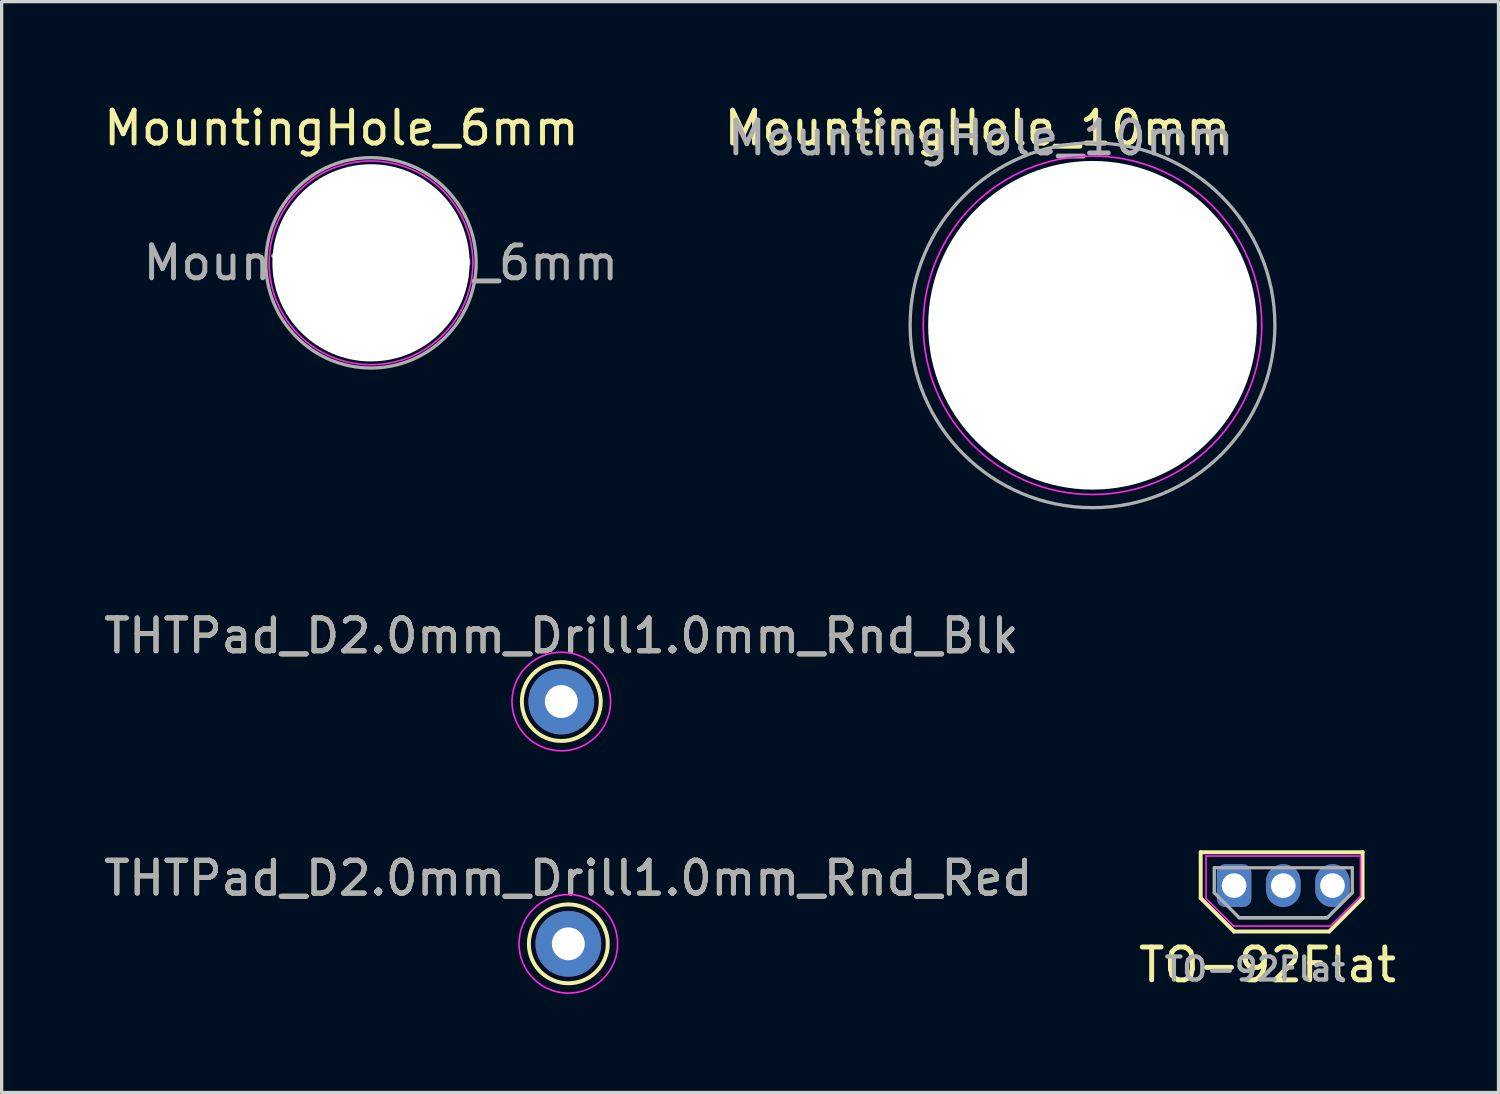
<source format=kicad_pcb>
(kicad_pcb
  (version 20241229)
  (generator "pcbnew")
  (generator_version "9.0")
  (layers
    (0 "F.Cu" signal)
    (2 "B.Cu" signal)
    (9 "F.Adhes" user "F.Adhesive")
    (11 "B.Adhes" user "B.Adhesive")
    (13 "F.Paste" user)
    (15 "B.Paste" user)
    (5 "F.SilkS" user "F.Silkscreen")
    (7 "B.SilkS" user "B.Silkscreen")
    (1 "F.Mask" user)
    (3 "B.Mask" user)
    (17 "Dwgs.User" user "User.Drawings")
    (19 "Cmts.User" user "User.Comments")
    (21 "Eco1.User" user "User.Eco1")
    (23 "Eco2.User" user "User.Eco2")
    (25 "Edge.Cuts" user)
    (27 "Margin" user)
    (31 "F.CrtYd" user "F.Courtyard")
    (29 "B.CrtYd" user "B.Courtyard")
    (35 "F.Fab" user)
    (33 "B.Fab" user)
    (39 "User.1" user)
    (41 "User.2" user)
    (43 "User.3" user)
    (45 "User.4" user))
  (footprint "TO-92Flat"
    (layer "F.Cu")
    (at 34.629 23.898)
    (property "Reference" "TO-92Flat" (at 0.889 2.413 0) (layer "F.SilkS") (effects (font (size 1 1) (thickness 0.15))))
    (attr through_hole)
    (fp_line (start -1.143 -1.016) (end 3.783 -1.016) (stroke (width 0.12) (type solid)) (layer "F.SilkS"))
    (fp_line (start -1.143 0.381) (end -1.143 -1.016) (stroke (width 0.12) (type solid)) (layer "F.SilkS"))
    (fp_line (start -0.127 1.397) (end -1.143 0.381) (stroke (width 0.12) (type solid)) (layer "F.SilkS"))
    (fp_line (start -0.127 1.397) (end 2.767 1.397) (stroke (width 0.12) (type solid)) (layer "F.SilkS"))
    (fp_line (start 2.767 1.397) (end 3.783 0.381) (stroke (width 0.12) (type solid)) (layer "F.SilkS"))
    (fp_line (start 3.783 -1.016) (end 3.783 0.381) (stroke (width 0.12) (type solid)) (layer "F.SilkS"))
    (fp_line (start -0.98 -0.9) (end 3.72 -0.9) (stroke (width 0.05) (type solid)) (layer "F.CrtYd"))
    (fp_line (start -0.98 0.39) (end -0.98 -0.9) (stroke (width 0.05) (type solid)) (layer "F.CrtYd"))
    (fp_line (start -0.14 1.23) (end -0.98 0.39) (stroke (width 0.05) (type solid)) (layer "F.CrtYd"))
    (fp_line (start 2.8 1.23) (end -0.14 1.23) (stroke (width 0.05) (type solid)) (layer "F.CrtYd"))
    (fp_line (start 3.72 -0.9) (end 3.72 0.33) (stroke (width 0.05) (type solid)) (layer "F.CrtYd"))
    (fp_line (start 3.72 0.33) (end 2.8 1.23) (stroke (width 0.05) (type solid)) (layer "F.CrtYd"))
    (fp_line (start -0.73 -0.542) (end -0.73 0.217) (stroke (width 0.1) (type solid)) (layer "F.Fab"))
    (fp_line (start 0.03 0.978) (end -0.73 0.217) (stroke (width 0.1) (type solid)) (layer "F.Fab"))
    (fp_line (start 2.7 0.978) (end 0.03 0.978) (stroke (width 0.1) (type solid)) (layer "F.Fab"))
    (fp_line (start 2.71 0.978) (end 0.03 0.978) (stroke (width 0.1) (type solid)) (layer "F.Fab"))
    (fp_line (start 3.47 -0.542) (end -0.73 -0.542) (stroke (width 0.1) (type solid)) (layer "F.Fab"))
    (fp_line (start 3.47 -0.542) (end 3.47 0.217) (stroke (width 0.1) (type solid)) (layer "F.Fab"))
    (fp_line (start 3.47 0.217) (end 2.71 0.978) (stroke (width 0.1) (type solid)) (layer "F.Fab"))
    (fp_text user "${REFERENCE}" (at 0.508 2.54 0) (layer "F.Fab") (effects (font (size 0.7 0.7) (thickness 0.13))))
    (pad "1" thru_hole roundrect (at -0.127 0) (size 1.05 1.3) (drill 0.75) (layers "*.Cu" "*.Mask") (roundrect_rratio 0.238))
    (pad "2" thru_hole oval (at 1.37 0) (size 1.05 1.3) (drill 0.75) (layers "*.Cu" "*.Mask"))
    (pad "3" thru_hole oval (at 2.867 0) (size 1.05 1.3) (drill 0.75) (layers "*.Cu" "*.Mask")))
  (footprint "MountingHole_10mm"
    (layer "F.Cu")
    (at 30.194 6.848)
    (property "Reference" "MountingHole_10mm" (at -3.5 -6 0) (unlocked yes) (layer "F.SilkS") (effects (font (size 1 1) (thickness 0.15))))
    (attr through_hole)
    (fp_circle (center 0 0) (end 5.15 0) (stroke (width 0.05) (type solid)) (fill no) (layer "F.CrtYd"))
    (fp_circle (center 0 0) (end 5.55 0) (stroke (width 0.1) (type solid)) (fill no) (layer "F.Fab"))
    (fp_text user "${REFERENCE}" (at -3.4 -5.7 0) (layer "F.Fab") (effects (font (size 1 1) (thickness 0.15))))
    (pad "" np_thru_hole circle (at 0 0) (size 10 10) (drill 10) (layers "*.Cu" "*.Mask")))
  (footprint "THTPad_D2.0mm_Drill1.0mm_Rnd_Blk"
    (layer "F.Cu")
    (at 14.03 18.297)
    (property "Reference" "THTPad_D2.0mm_Drill1.0mm_Rnd_Blk" (at 0 -1.998 0) (layer "F.SilkS") (effects (font (size 1 1) (thickness 0.15))))
    (attr exclude_from_pos_files exclude_from_bom)
    (fp_circle (center 0 0) (end 0 1.2) (stroke (width 0.12) (type solid)) (fill no) (layer "F.SilkS"))
    (fp_circle (center 0 0) (end 1.5 0) (stroke (width 0.05) (type solid)) (fill no) (layer "F.CrtYd"))
    (fp_text user "${REFERENCE}" (at 0 -2 0) (layer "F.Fab") (effects (font (size 1 1) (thickness 0.15))))
    (pad "1" thru_hole circle (at 0 0) (size 2 2) (drill 1) (layers "*.Cu" "*.Mask")))
  (footprint "THTPad_D2.0mm_Drill1.0mm_Rnd_Red"
    (layer "F.Cu")
    (at 14.244 25.67)
    (property "Reference" "THTPad_D2.0mm_Drill1.0mm_Rnd_Red" (at 0 -1.998 0) (layer "F.SilkS") (effects (font (size 1 1) (thickness 0.15))))
    (attr exclude_from_pos_files exclude_from_bom)
    (fp_circle (center 0 0) (end 0 1.2) (stroke (width 0.12) (type solid)) (fill no) (layer "F.SilkS"))
    (fp_circle (center 0 0) (end 1.5 0) (stroke (width 0.05) (type solid)) (fill no) (layer "F.CrtYd"))
    (fp_text user "${REFERENCE}" (at 0 -2 0) (layer "F.Fab") (effects (font (size 1 1) (thickness 0.15))))
    (pad "1" thru_hole circle (at 0 0) (size 2 2) (drill 1) (layers "*.Cu" "*.Mask")))
  (footprint "MountingHole_6mm"
    (layer "F.Cu")
    (at 8.239 4.948)
    (property "Reference" "MountingHole_6mm" (at -0.9 -4.1 0) (unlocked yes) (layer "F.SilkS") (effects (font (size 1 1) (thickness 0.15))))
    (attr through_hole)
    (fp_circle (center 0 0) (end 3.1 0) (stroke (width 0.05) (type solid)) (fill no) (layer "F.CrtYd"))
    (fp_circle (center 0 0) (end 3.2 0) (stroke (width 0.1) (type solid)) (fill no) (layer "F.Fab"))
    (fp_text user "${REFERENCE}" (at 0.3 0 0) (layer "F.Fab") (effects (font (size 1 1) (thickness 0.15))))
    (pad "" np_thru_hole circle (at 0 0) (size 6 6) (drill 6) (layers "*.Cu" "*.Mask")))
  (gr_rect
    (start -3 -3)
    (end 42.548 30.195)
    (stroke (width 0.1) (type default))
    (fill no)
    (layer "Edge.Cuts")))
</source>
